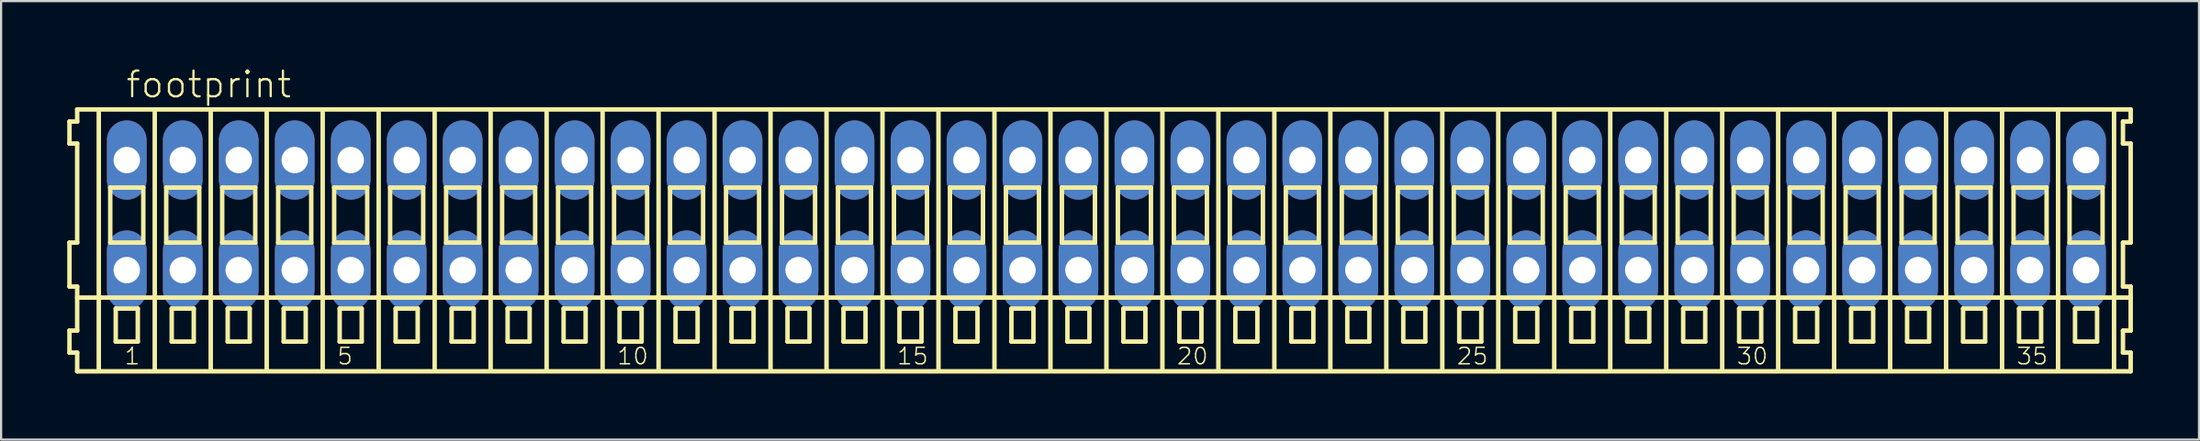
<source format=kicad_pcb>
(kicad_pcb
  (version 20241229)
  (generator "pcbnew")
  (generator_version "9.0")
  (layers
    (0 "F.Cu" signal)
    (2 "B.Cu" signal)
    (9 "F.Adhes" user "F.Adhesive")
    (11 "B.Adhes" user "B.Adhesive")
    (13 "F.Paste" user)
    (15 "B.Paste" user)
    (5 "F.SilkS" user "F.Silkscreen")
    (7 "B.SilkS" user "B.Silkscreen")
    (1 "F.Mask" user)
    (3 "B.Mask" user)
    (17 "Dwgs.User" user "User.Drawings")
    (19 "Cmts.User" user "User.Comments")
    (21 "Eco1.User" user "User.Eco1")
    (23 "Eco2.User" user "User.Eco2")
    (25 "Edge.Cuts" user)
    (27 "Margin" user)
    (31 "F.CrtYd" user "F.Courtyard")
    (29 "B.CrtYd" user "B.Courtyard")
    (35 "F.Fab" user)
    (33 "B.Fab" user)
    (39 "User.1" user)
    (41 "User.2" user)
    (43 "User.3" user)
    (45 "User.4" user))
  (footprint "footprint"
    (layer "F.Cu")
    (at 47.152 6.723)
    (property "Reference" "footprint" (at -44.55 -5.25 0) (layer "F.SilkS") (effects (font (size 1.168 1.168) (thickness 0.102)) (justify left bottom)))
    (fp_line (start -47.05 -4.25) (end -47.05 -3.25) (stroke (width 0.203) (type solid)) (layer "F.SilkS"))
    (fp_line (start -47.05 -3.25) (end -46.7 -3.25) (stroke (width 0.203) (type solid)) (layer "F.SilkS"))
    (fp_line (start -47.05 1.25) (end -47.05 3.25) (stroke (width 0.203) (type solid)) (layer "F.SilkS"))
    (fp_line (start -47.05 3.25) (end -46.7 3.25) (stroke (width 0.203) (type solid)) (layer "F.SilkS"))
    (fp_line (start -47.05 5.25) (end -47.05 6.25) (stroke (width 0.203) (type solid)) (layer "F.SilkS"))
    (fp_line (start -47.05 6.25) (end -46.7 6.25) (stroke (width 0.203) (type solid)) (layer "F.SilkS"))
    (fp_line (start -46.7 -4.8) (end -46.7 -4.25) (stroke (width 0.203) (type solid)) (layer "F.SilkS"))
    (fp_line (start -46.7 -4.25) (end -47.05 -4.25) (stroke (width 0.203) (type solid)) (layer "F.SilkS"))
    (fp_line (start -46.7 -3.25) (end -46.7 1.25) (stroke (width 0.203) (type solid)) (layer "F.SilkS"))
    (fp_line (start -46.7 1.25) (end -47.05 1.25) (stroke (width 0.203) (type solid)) (layer "F.SilkS"))
    (fp_line (start -46.7 3.25) (end -46.7 5.25) (stroke (width 0.203) (type solid)) (layer "F.SilkS"))
    (fp_line (start -46.7 3.75) (end 46.475 3.75) (stroke (width 0.203) (type solid)) (layer "F.SilkS"))
    (fp_line (start -46.7 5.25) (end -47.05 5.25) (stroke (width 0.203) (type solid)) (layer "F.SilkS"))
    (fp_line (start -46.7 6.25) (end -46.7 7.1) (stroke (width 0.203) (type solid)) (layer "F.SilkS"))
    (fp_line (start -46.7 7.1) (end 46.475 7.1) (stroke (width 0.203) (type solid)) (layer "F.SilkS"))
    (fp_line (start -45.72 6.985) (end -45.72 -4.699) (stroke (width 0.203) (type solid)) (layer "F.SilkS"))
    (fp_line (start -45.2 -1.25) (end -45.2 1.25) (stroke (width 0.203) (type solid)) (layer "F.SilkS"))
    (fp_line (start -45.2 1.25) (end -43.7 1.25) (stroke (width 0.203) (type solid)) (layer "F.SilkS"))
    (fp_line (start -44.95 4.25) (end -44.95 5.75) (stroke (width 0.203) (type solid)) (layer "F.SilkS"))
    (fp_line (start -44.95 5.75) (end -43.95 5.75) (stroke (width 0.203) (type solid)) (layer "F.SilkS"))
    (fp_line (start -43.95 4.25) (end -44.95 4.25) (stroke (width 0.203) (type solid)) (layer "F.SilkS"))
    (fp_line (start -43.95 5.75) (end -43.95 4.25) (stroke (width 0.203) (type solid)) (layer "F.SilkS"))
    (fp_line (start -43.7 -1.25) (end -45.2 -1.25) (stroke (width 0.203) (type solid)) (layer "F.SilkS"))
    (fp_line (start -43.7 1.25) (end -43.7 -1.25) (stroke (width 0.203) (type solid)) (layer "F.SilkS"))
    (fp_line (start -43.18 6.985) (end -43.18 -4.699) (stroke (width 0.203) (type solid)) (layer "F.SilkS"))
    (fp_line (start -42.66 -1.25) (end -42.66 1.25) (stroke (width 0.203) (type solid)) (layer "F.SilkS"))
    (fp_line (start -42.66 1.25) (end -41.16 1.25) (stroke (width 0.203) (type solid)) (layer "F.SilkS"))
    (fp_line (start -42.41 4.25) (end -42.41 5.75) (stroke (width 0.203) (type solid)) (layer "F.SilkS"))
    (fp_line (start -42.41 5.75) (end -41.41 5.75) (stroke (width 0.203) (type solid)) (layer "F.SilkS"))
    (fp_line (start -41.41 4.25) (end -42.41 4.25) (stroke (width 0.203) (type solid)) (layer "F.SilkS"))
    (fp_line (start -41.41 5.75) (end -41.41 4.25) (stroke (width 0.203) (type solid)) (layer "F.SilkS"))
    (fp_line (start -41.16 -1.25) (end -42.66 -1.25) (stroke (width 0.203) (type solid)) (layer "F.SilkS"))
    (fp_line (start -41.16 1.25) (end -41.16 -1.25) (stroke (width 0.203) (type solid)) (layer "F.SilkS"))
    (fp_line (start -40.64 6.985) (end -40.64 -4.699) (stroke (width 0.203) (type solid)) (layer "F.SilkS"))
    (fp_line (start -40.12 -1.25) (end -40.12 1.25) (stroke (width 0.203) (type solid)) (layer "F.SilkS"))
    (fp_line (start -40.12 1.25) (end -38.62 1.25) (stroke (width 0.203) (type solid)) (layer "F.SilkS"))
    (fp_line (start -39.87 4.25) (end -39.87 5.75) (stroke (width 0.203) (type solid)) (layer "F.SilkS"))
    (fp_line (start -39.87 5.75) (end -38.87 5.75) (stroke (width 0.203) (type solid)) (layer "F.SilkS"))
    (fp_line (start -38.87 4.25) (end -39.87 4.25) (stroke (width 0.203) (type solid)) (layer "F.SilkS"))
    (fp_line (start -38.87 5.75) (end -38.87 4.25) (stroke (width 0.203) (type solid)) (layer "F.SilkS"))
    (fp_line (start -38.62 -1.25) (end -40.12 -1.25) (stroke (width 0.203) (type solid)) (layer "F.SilkS"))
    (fp_line (start -38.62 1.25) (end -38.62 -1.25) (stroke (width 0.203) (type solid)) (layer "F.SilkS"))
    (fp_line (start -38.1 6.985) (end -38.1 -4.699) (stroke (width 0.203) (type solid)) (layer "F.SilkS"))
    (fp_line (start -37.58 -1.25) (end -37.58 1.25) (stroke (width 0.203) (type solid)) (layer "F.SilkS"))
    (fp_line (start -37.58 1.25) (end -36.08 1.25) (stroke (width 0.203) (type solid)) (layer "F.SilkS"))
    (fp_line (start -37.33 4.25) (end -37.33 5.75) (stroke (width 0.203) (type solid)) (layer "F.SilkS"))
    (fp_line (start -37.33 5.75) (end -36.33 5.75) (stroke (width 0.203) (type solid)) (layer "F.SilkS"))
    (fp_line (start -36.33 4.25) (end -37.33 4.25) (stroke (width 0.203) (type solid)) (layer "F.SilkS"))
    (fp_line (start -36.33 5.75) (end -36.33 4.25) (stroke (width 0.203) (type solid)) (layer "F.SilkS"))
    (fp_line (start -36.08 -1.25) (end -37.58 -1.25) (stroke (width 0.203) (type solid)) (layer "F.SilkS"))
    (fp_line (start -36.08 1.25) (end -36.08 -1.25) (stroke (width 0.203) (type solid)) (layer "F.SilkS"))
    (fp_line (start -35.56 6.985) (end -35.56 -4.699) (stroke (width 0.203) (type solid)) (layer "F.SilkS"))
    (fp_line (start -35.04 -1.25) (end -35.04 1.25) (stroke (width 0.203) (type solid)) (layer "F.SilkS"))
    (fp_line (start -35.04 1.25) (end -33.54 1.25) (stroke (width 0.203) (type solid)) (layer "F.SilkS"))
    (fp_line (start -34.79 4.25) (end -34.79 5.75) (stroke (width 0.203) (type solid)) (layer "F.SilkS"))
    (fp_line (start -34.79 5.75) (end -33.79 5.75) (stroke (width 0.203) (type solid)) (layer "F.SilkS"))
    (fp_line (start -33.79 4.25) (end -34.79 4.25) (stroke (width 0.203) (type solid)) (layer "F.SilkS"))
    (fp_line (start -33.79 5.75) (end -33.79 4.25) (stroke (width 0.203) (type solid)) (layer "F.SilkS"))
    (fp_line (start -33.54 -1.25) (end -35.04 -1.25) (stroke (width 0.203) (type solid)) (layer "F.SilkS"))
    (fp_line (start -33.54 1.25) (end -33.54 -1.25) (stroke (width 0.203) (type solid)) (layer "F.SilkS"))
    (fp_line (start -33.02 6.985) (end -33.02 -4.699) (stroke (width 0.203) (type solid)) (layer "F.SilkS"))
    (fp_line (start -32.5 -1.25) (end -32.5 1.25) (stroke (width 0.203) (type solid)) (layer "F.SilkS"))
    (fp_line (start -32.5 1.25) (end -31 1.25) (stroke (width 0.203) (type solid)) (layer "F.SilkS"))
    (fp_line (start -32.25 4.25) (end -32.25 5.75) (stroke (width 0.203) (type solid)) (layer "F.SilkS"))
    (fp_line (start -32.25 5.75) (end -31.25 5.75) (stroke (width 0.203) (type solid)) (layer "F.SilkS"))
    (fp_line (start -31.25 4.25) (end -32.25 4.25) (stroke (width 0.203) (type solid)) (layer "F.SilkS"))
    (fp_line (start -31.25 5.75) (end -31.25 4.25) (stroke (width 0.203) (type solid)) (layer "F.SilkS"))
    (fp_line (start -31 -1.25) (end -32.5 -1.25) (stroke (width 0.203) (type solid)) (layer "F.SilkS"))
    (fp_line (start -31 1.25) (end -31 -1.25) (stroke (width 0.203) (type solid)) (layer "F.SilkS"))
    (fp_line (start -30.48 6.985) (end -30.48 -4.699) (stroke (width 0.203) (type solid)) (layer "F.SilkS"))
    (fp_line (start -29.96 -1.25) (end -29.96 1.25) (stroke (width 0.203) (type solid)) (layer "F.SilkS"))
    (fp_line (start -29.96 1.25) (end -28.46 1.25) (stroke (width 0.203) (type solid)) (layer "F.SilkS"))
    (fp_line (start -29.71 4.25) (end -29.71 5.75) (stroke (width 0.203) (type solid)) (layer "F.SilkS"))
    (fp_line (start -29.71 5.75) (end -28.71 5.75) (stroke (width 0.203) (type solid)) (layer "F.SilkS"))
    (fp_line (start -28.71 4.25) (end -29.71 4.25) (stroke (width 0.203) (type solid)) (layer "F.SilkS"))
    (fp_line (start -28.71 5.75) (end -28.71 4.25) (stroke (width 0.203) (type solid)) (layer "F.SilkS"))
    (fp_line (start -28.46 -1.25) (end -29.96 -1.25) (stroke (width 0.203) (type solid)) (layer "F.SilkS"))
    (fp_line (start -28.46 1.25) (end -28.46 -1.25) (stroke (width 0.203) (type solid)) (layer "F.SilkS"))
    (fp_line (start -27.94 6.985) (end -27.94 -4.699) (stroke (width 0.203) (type solid)) (layer "F.SilkS"))
    (fp_line (start -27.42 -1.25) (end -27.42 1.25) (stroke (width 0.203) (type solid)) (layer "F.SilkS"))
    (fp_line (start -27.42 1.25) (end -25.92 1.25) (stroke (width 0.203) (type solid)) (layer "F.SilkS"))
    (fp_line (start -27.17 4.25) (end -27.17 5.75) (stroke (width 0.203) (type solid)) (layer "F.SilkS"))
    (fp_line (start -27.17 5.75) (end -26.17 5.75) (stroke (width 0.203) (type solid)) (layer "F.SilkS"))
    (fp_line (start -26.17 4.25) (end -27.17 4.25) (stroke (width 0.203) (type solid)) (layer "F.SilkS"))
    (fp_line (start -26.17 5.75) (end -26.17 4.25) (stroke (width 0.203) (type solid)) (layer "F.SilkS"))
    (fp_line (start -25.92 -1.25) (end -27.42 -1.25) (stroke (width 0.203) (type solid)) (layer "F.SilkS"))
    (fp_line (start -25.92 1.25) (end -25.92 -1.25) (stroke (width 0.203) (type solid)) (layer "F.SilkS"))
    (fp_line (start -25.4 6.985) (end -25.4 -4.699) (stroke (width 0.203) (type solid)) (layer "F.SilkS"))
    (fp_line (start -24.88 -1.25) (end -24.88 1.25) (stroke (width 0.203) (type solid)) (layer "F.SilkS"))
    (fp_line (start -24.88 1.25) (end -23.38 1.25) (stroke (width 0.203) (type solid)) (layer "F.SilkS"))
    (fp_line (start -24.63 4.25) (end -24.63 5.75) (stroke (width 0.203) (type solid)) (layer "F.SilkS"))
    (fp_line (start -24.63 5.75) (end -23.63 5.75) (stroke (width 0.203) (type solid)) (layer "F.SilkS"))
    (fp_line (start -23.63 4.25) (end -24.63 4.25) (stroke (width 0.203) (type solid)) (layer "F.SilkS"))
    (fp_line (start -23.63 5.75) (end -23.63 4.25) (stroke (width 0.203) (type solid)) (layer "F.SilkS"))
    (fp_line (start -23.38 -1.25) (end -24.88 -1.25) (stroke (width 0.203) (type solid)) (layer "F.SilkS"))
    (fp_line (start -23.38 1.25) (end -23.38 -1.25) (stroke (width 0.203) (type solid)) (layer "F.SilkS"))
    (fp_line (start -22.86 6.985) (end -22.86 -4.699) (stroke (width 0.203) (type solid)) (layer "F.SilkS"))
    (fp_line (start -22.34 -1.25) (end -22.34 1.25) (stroke (width 0.203) (type solid)) (layer "F.SilkS"))
    (fp_line (start -22.34 1.25) (end -20.84 1.25) (stroke (width 0.203) (type solid)) (layer "F.SilkS"))
    (fp_line (start -22.09 4.25) (end -22.09 5.75) (stroke (width 0.203) (type solid)) (layer "F.SilkS"))
    (fp_line (start -22.09 5.75) (end -21.09 5.75) (stroke (width 0.203) (type solid)) (layer "F.SilkS"))
    (fp_line (start -21.09 4.25) (end -22.09 4.25) (stroke (width 0.203) (type solid)) (layer "F.SilkS"))
    (fp_line (start -21.09 5.75) (end -21.09 4.25) (stroke (width 0.203) (type solid)) (layer "F.SilkS"))
    (fp_line (start -20.84 -1.25) (end -22.34 -1.25) (stroke (width 0.203) (type solid)) (layer "F.SilkS"))
    (fp_line (start -20.84 1.25) (end -20.84 -1.25) (stroke (width 0.203) (type solid)) (layer "F.SilkS"))
    (fp_line (start -20.32 6.985) (end -20.32 -4.699) (stroke (width 0.203) (type solid)) (layer "F.SilkS"))
    (fp_line (start -19.8 -1.25) (end -19.8 1.25) (stroke (width 0.203) (type solid)) (layer "F.SilkS"))
    (fp_line (start -19.8 1.25) (end -18.3 1.25) (stroke (width 0.203) (type solid)) (layer "F.SilkS"))
    (fp_line (start -19.55 4.25) (end -19.55 5.75) (stroke (width 0.203) (type solid)) (layer "F.SilkS"))
    (fp_line (start -19.55 5.75) (end -18.55 5.75) (stroke (width 0.203) (type solid)) (layer "F.SilkS"))
    (fp_line (start -18.55 4.25) (end -19.55 4.25) (stroke (width 0.203) (type solid)) (layer "F.SilkS"))
    (fp_line (start -18.55 5.75) (end -18.55 4.25) (stroke (width 0.203) (type solid)) (layer "F.SilkS"))
    (fp_line (start -18.3 -1.25) (end -19.8 -1.25) (stroke (width 0.203) (type solid)) (layer "F.SilkS"))
    (fp_line (start -18.3 1.25) (end -18.3 -1.25) (stroke (width 0.203) (type solid)) (layer "F.SilkS"))
    (fp_line (start -17.78 6.985) (end -17.78 -4.699) (stroke (width 0.203) (type solid)) (layer "F.SilkS"))
    (fp_line (start -17.26 -1.25) (end -17.26 1.25) (stroke (width 0.203) (type solid)) (layer "F.SilkS"))
    (fp_line (start -17.26 1.25) (end -15.76 1.25) (stroke (width 0.203) (type solid)) (layer "F.SilkS"))
    (fp_line (start -17.01 4.25) (end -17.01 5.75) (stroke (width 0.203) (type solid)) (layer "F.SilkS"))
    (fp_line (start -17.01 5.75) (end -16.01 5.75) (stroke (width 0.203) (type solid)) (layer "F.SilkS"))
    (fp_line (start -16.01 4.25) (end -17.01 4.25) (stroke (width 0.203) (type solid)) (layer "F.SilkS"))
    (fp_line (start -16.01 5.75) (end -16.01 4.25) (stroke (width 0.203) (type solid)) (layer "F.SilkS"))
    (fp_line (start -15.76 -1.25) (end -17.26 -1.25) (stroke (width 0.203) (type solid)) (layer "F.SilkS"))
    (fp_line (start -15.76 1.25) (end -15.76 -1.25) (stroke (width 0.203) (type solid)) (layer "F.SilkS"))
    (fp_line (start -15.24 6.985) (end -15.24 -4.699) (stroke (width 0.203) (type solid)) (layer "F.SilkS"))
    (fp_line (start -14.72 -1.25) (end -14.72 1.25) (stroke (width 0.203) (type solid)) (layer "F.SilkS"))
    (fp_line (start -14.72 1.25) (end -13.22 1.25) (stroke (width 0.203) (type solid)) (layer "F.SilkS"))
    (fp_line (start -14.47 4.25) (end -14.47 5.75) (stroke (width 0.203) (type solid)) (layer "F.SilkS"))
    (fp_line (start -14.47 5.75) (end -13.47 5.75) (stroke (width 0.203) (type solid)) (layer "F.SilkS"))
    (fp_line (start -13.47 4.25) (end -14.47 4.25) (stroke (width 0.203) (type solid)) (layer "F.SilkS"))
    (fp_line (start -13.47 5.75) (end -13.47 4.25) (stroke (width 0.203) (type solid)) (layer "F.SilkS"))
    (fp_line (start -13.22 -1.25) (end -14.72 -1.25) (stroke (width 0.203) (type solid)) (layer "F.SilkS"))
    (fp_line (start -13.22 1.25) (end -13.22 -1.25) (stroke (width 0.203) (type solid)) (layer "F.SilkS"))
    (fp_line (start -12.7 6.985) (end -12.7 -4.699) (stroke (width 0.203) (type solid)) (layer "F.SilkS"))
    (fp_line (start -12.18 -1.25) (end -12.18 1.25) (stroke (width 0.203) (type solid)) (layer "F.SilkS"))
    (fp_line (start -12.18 1.25) (end -10.68 1.25) (stroke (width 0.203) (type solid)) (layer "F.SilkS"))
    (fp_line (start -11.93 4.25) (end -11.93 5.75) (stroke (width 0.203) (type solid)) (layer "F.SilkS"))
    (fp_line (start -11.93 5.75) (end -10.93 5.75) (stroke (width 0.203) (type solid)) (layer "F.SilkS"))
    (fp_line (start -10.93 4.25) (end -11.93 4.25) (stroke (width 0.203) (type solid)) (layer "F.SilkS"))
    (fp_line (start -10.93 5.75) (end -10.93 4.25) (stroke (width 0.203) (type solid)) (layer "F.SilkS"))
    (fp_line (start -10.68 -1.25) (end -12.18 -1.25) (stroke (width 0.203) (type solid)) (layer "F.SilkS"))
    (fp_line (start -10.68 1.25) (end -10.68 -1.25) (stroke (width 0.203) (type solid)) (layer "F.SilkS"))
    (fp_line (start -10.16 6.985) (end -10.16 -4.699) (stroke (width 0.203) (type solid)) (layer "F.SilkS"))
    (fp_line (start -9.64 -1.25) (end -9.64 1.25) (stroke (width 0.203) (type solid)) (layer "F.SilkS"))
    (fp_line (start -9.64 1.25) (end -8.14 1.25) (stroke (width 0.203) (type solid)) (layer "F.SilkS"))
    (fp_line (start -9.39 4.25) (end -9.39 5.75) (stroke (width 0.203) (type solid)) (layer "F.SilkS"))
    (fp_line (start -9.39 5.75) (end -8.39 5.75) (stroke (width 0.203) (type solid)) (layer "F.SilkS"))
    (fp_line (start -8.39 4.25) (end -9.39 4.25) (stroke (width 0.203) (type solid)) (layer "F.SilkS"))
    (fp_line (start -8.39 5.75) (end -8.39 4.25) (stroke (width 0.203) (type solid)) (layer "F.SilkS"))
    (fp_line (start -8.14 -1.25) (end -9.64 -1.25) (stroke (width 0.203) (type solid)) (layer "F.SilkS"))
    (fp_line (start -8.14 1.25) (end -8.14 -1.25) (stroke (width 0.203) (type solid)) (layer "F.SilkS"))
    (fp_line (start -7.62 6.985) (end -7.62 -4.699) (stroke (width 0.203) (type solid)) (layer "F.SilkS"))
    (fp_line (start -7.1 -1.25) (end -7.1 1.25) (stroke (width 0.203) (type solid)) (layer "F.SilkS"))
    (fp_line (start -7.1 1.25) (end -5.6 1.25) (stroke (width 0.203) (type solid)) (layer "F.SilkS"))
    (fp_line (start -6.85 4.25) (end -6.85 5.75) (stroke (width 0.203) (type solid)) (layer "F.SilkS"))
    (fp_line (start -6.85 5.75) (end -5.85 5.75) (stroke (width 0.203) (type solid)) (layer "F.SilkS"))
    (fp_line (start -5.85 4.25) (end -6.85 4.25) (stroke (width 0.203) (type solid)) (layer "F.SilkS"))
    (fp_line (start -5.85 5.75) (end -5.85 4.25) (stroke (width 0.203) (type solid)) (layer "F.SilkS"))
    (fp_line (start -5.6 -1.25) (end -7.1 -1.25) (stroke (width 0.203) (type solid)) (layer "F.SilkS"))
    (fp_line (start -5.6 1.25) (end -5.6 -1.25) (stroke (width 0.203) (type solid)) (layer "F.SilkS"))
    (fp_line (start -5.08 6.985) (end -5.08 -4.699) (stroke (width 0.203) (type solid)) (layer "F.SilkS"))
    (fp_line (start -4.56 -1.25) (end -4.56 1.25) (stroke (width 0.203) (type solid)) (layer "F.SilkS"))
    (fp_line (start -4.56 1.25) (end -3.06 1.25) (stroke (width 0.203) (type solid)) (layer "F.SilkS"))
    (fp_line (start -4.31 4.25) (end -4.31 5.75) (stroke (width 0.203) (type solid)) (layer "F.SilkS"))
    (fp_line (start -4.31 5.75) (end -3.31 5.75) (stroke (width 0.203) (type solid)) (layer "F.SilkS"))
    (fp_line (start -3.31 4.25) (end -4.31 4.25) (stroke (width 0.203) (type solid)) (layer "F.SilkS"))
    (fp_line (start -3.31 5.75) (end -3.31 4.25) (stroke (width 0.203) (type solid)) (layer "F.SilkS"))
    (fp_line (start -3.06 -1.25) (end -4.56 -1.25) (stroke (width 0.203) (type solid)) (layer "F.SilkS"))
    (fp_line (start -3.06 1.25) (end -3.06 -1.25) (stroke (width 0.203) (type solid)) (layer "F.SilkS"))
    (fp_line (start -2.54 6.985) (end -2.54 -4.699) (stroke (width 0.203) (type solid)) (layer "F.SilkS"))
    (fp_line (start -2.02 -1.25) (end -2.02 1.25) (stroke (width 0.203) (type solid)) (layer "F.SilkS"))
    (fp_line (start -2.02 1.25) (end -0.52 1.25) (stroke (width 0.203) (type solid)) (layer "F.SilkS"))
    (fp_line (start -1.77 4.25) (end -1.77 5.75) (stroke (width 0.203) (type solid)) (layer "F.SilkS"))
    (fp_line (start -1.77 5.75) (end -0.77 5.75) (stroke (width 0.203) (type solid)) (layer "F.SilkS"))
    (fp_line (start -0.77 4.25) (end -1.77 4.25) (stroke (width 0.203) (type solid)) (layer "F.SilkS"))
    (fp_line (start -0.77 5.75) (end -0.77 4.25) (stroke (width 0.203) (type solid)) (layer "F.SilkS"))
    (fp_line (start -0.52 -1.25) (end -2.02 -1.25) (stroke (width 0.203) (type solid)) (layer "F.SilkS"))
    (fp_line (start -0.52 1.25) (end -0.52 -1.25) (stroke (width 0.203) (type solid)) (layer "F.SilkS"))
    (fp_line (start 0 6.985) (end 0 -4.699) (stroke (width 0.203) (type solid)) (layer "F.SilkS"))
    (fp_line (start 0.52 -1.25) (end 0.52 1.25) (stroke (width 0.203) (type solid)) (layer "F.SilkS"))
    (fp_line (start 0.52 1.25) (end 2.02 1.25) (stroke (width 0.203) (type solid)) (layer "F.SilkS"))
    (fp_line (start 0.77 4.25) (end 0.77 5.75) (stroke (width 0.203) (type solid)) (layer "F.SilkS"))
    (fp_line (start 0.77 5.75) (end 1.77 5.75) (stroke (width 0.203) (type solid)) (layer "F.SilkS"))
    (fp_line (start 1.77 4.25) (end 0.77 4.25) (stroke (width 0.203) (type solid)) (layer "F.SilkS"))
    (fp_line (start 1.77 5.75) (end 1.77 4.25) (stroke (width 0.203) (type solid)) (layer "F.SilkS"))
    (fp_line (start 2.02 -1.25) (end 0.52 -1.25) (stroke (width 0.203) (type solid)) (layer "F.SilkS"))
    (fp_line (start 2.02 1.25) (end 2.02 -1.25) (stroke (width 0.203) (type solid)) (layer "F.SilkS"))
    (fp_line (start 2.54 6.985) (end 2.54 -4.699) (stroke (width 0.203) (type solid)) (layer "F.SilkS"))
    (fp_line (start 3.06 -1.25) (end 3.06 1.25) (stroke (width 0.203) (type solid)) (layer "F.SilkS"))
    (fp_line (start 3.06 1.25) (end 4.56 1.25) (stroke (width 0.203) (type solid)) (layer "F.SilkS"))
    (fp_line (start 3.31 4.25) (end 3.31 5.75) (stroke (width 0.203) (type solid)) (layer "F.SilkS"))
    (fp_line (start 3.31 5.75) (end 4.31 5.75) (stroke (width 0.203) (type solid)) (layer "F.SilkS"))
    (fp_line (start 4.31 4.25) (end 3.31 4.25) (stroke (width 0.203) (type solid)) (layer "F.SilkS"))
    (fp_line (start 4.31 5.75) (end 4.31 4.25) (stroke (width 0.203) (type solid)) (layer "F.SilkS"))
    (fp_line (start 4.56 -1.25) (end 3.06 -1.25) (stroke (width 0.203) (type solid)) (layer "F.SilkS"))
    (fp_line (start 4.56 1.25) (end 4.56 -1.25) (stroke (width 0.203) (type solid)) (layer "F.SilkS"))
    (fp_line (start 5.08 6.985) (end 5.08 -4.699) (stroke (width 0.203) (type solid)) (layer "F.SilkS"))
    (fp_line (start 5.6 -1.25) (end 5.6 1.25) (stroke (width 0.203) (type solid)) (layer "F.SilkS"))
    (fp_line (start 5.6 1.25) (end 7.1 1.25) (stroke (width 0.203) (type solid)) (layer "F.SilkS"))
    (fp_line (start 5.85 4.25) (end 5.85 5.75) (stroke (width 0.203) (type solid)) (layer "F.SilkS"))
    (fp_line (start 5.85 5.75) (end 6.85 5.75) (stroke (width 0.203) (type solid)) (layer "F.SilkS"))
    (fp_line (start 6.85 4.25) (end 5.85 4.25) (stroke (width 0.203) (type solid)) (layer "F.SilkS"))
    (fp_line (start 6.85 5.75) (end 6.85 4.25) (stroke (width 0.203) (type solid)) (layer "F.SilkS"))
    (fp_line (start 7.1 -1.25) (end 5.6 -1.25) (stroke (width 0.203) (type solid)) (layer "F.SilkS"))
    (fp_line (start 7.1 1.25) (end 7.1 -1.25) (stroke (width 0.203) (type solid)) (layer "F.SilkS"))
    (fp_line (start 7.62 6.985) (end 7.62 -4.699) (stroke (width 0.203) (type solid)) (layer "F.SilkS"))
    (fp_line (start 8.14 -1.25) (end 8.14 1.25) (stroke (width 0.203) (type solid)) (layer "F.SilkS"))
    (fp_line (start 8.14 1.25) (end 9.64 1.25) (stroke (width 0.203) (type solid)) (layer "F.SilkS"))
    (fp_line (start 8.39 4.25) (end 8.39 5.75) (stroke (width 0.203) (type solid)) (layer "F.SilkS"))
    (fp_line (start 8.39 5.75) (end 9.39 5.75) (stroke (width 0.203) (type solid)) (layer "F.SilkS"))
    (fp_line (start 9.39 4.25) (end 8.39 4.25) (stroke (width 0.203) (type solid)) (layer "F.SilkS"))
    (fp_line (start 9.39 5.75) (end 9.39 4.25) (stroke (width 0.203) (type solid)) (layer "F.SilkS"))
    (fp_line (start 9.64 -1.25) (end 8.14 -1.25) (stroke (width 0.203) (type solid)) (layer "F.SilkS"))
    (fp_line (start 9.64 1.25) (end 9.64 -1.25) (stroke (width 0.203) (type solid)) (layer "F.SilkS"))
    (fp_line (start 10.16 6.985) (end 10.16 -4.699) (stroke (width 0.203) (type solid)) (layer "F.SilkS"))
    (fp_line (start 10.68 -1.25) (end 10.68 1.25) (stroke (width 0.203) (type solid)) (layer "F.SilkS"))
    (fp_line (start 10.68 1.25) (end 12.18 1.25) (stroke (width 0.203) (type solid)) (layer "F.SilkS"))
    (fp_line (start 10.93 4.25) (end 10.93 5.75) (stroke (width 0.203) (type solid)) (layer "F.SilkS"))
    (fp_line (start 10.93 5.75) (end 11.93 5.75) (stroke (width 0.203) (type solid)) (layer "F.SilkS"))
    (fp_line (start 11.93 4.25) (end 10.93 4.25) (stroke (width 0.203) (type solid)) (layer "F.SilkS"))
    (fp_line (start 11.93 5.75) (end 11.93 4.25) (stroke (width 0.203) (type solid)) (layer "F.SilkS"))
    (fp_line (start 12.18 -1.25) (end 10.68 -1.25) (stroke (width 0.203) (type solid)) (layer "F.SilkS"))
    (fp_line (start 12.18 1.25) (end 12.18 -1.25) (stroke (width 0.203) (type solid)) (layer "F.SilkS"))
    (fp_line (start 12.7 6.985) (end 12.7 -4.699) (stroke (width 0.203) (type solid)) (layer "F.SilkS"))
    (fp_line (start 13.22 -1.25) (end 13.22 1.25) (stroke (width 0.203) (type solid)) (layer "F.SilkS"))
    (fp_line (start 13.22 1.25) (end 14.72 1.25) (stroke (width 0.203) (type solid)) (layer "F.SilkS"))
    (fp_line (start 13.47 4.25) (end 13.47 5.75) (stroke (width 0.203) (type solid)) (layer "F.SilkS"))
    (fp_line (start 13.47 5.75) (end 14.47 5.75) (stroke (width 0.203) (type solid)) (layer "F.SilkS"))
    (fp_line (start 14.47 4.25) (end 13.47 4.25) (stroke (width 0.203) (type solid)) (layer "F.SilkS"))
    (fp_line (start 14.47 5.75) (end 14.47 4.25) (stroke (width 0.203) (type solid)) (layer "F.SilkS"))
    (fp_line (start 14.72 -1.25) (end 13.22 -1.25) (stroke (width 0.203) (type solid)) (layer "F.SilkS"))
    (fp_line (start 14.72 1.25) (end 14.72 -1.25) (stroke (width 0.203) (type solid)) (layer "F.SilkS"))
    (fp_line (start 15.24 6.985) (end 15.24 -4.699) (stroke (width 0.203) (type solid)) (layer "F.SilkS"))
    (fp_line (start 15.76 -1.25) (end 15.76 1.25) (stroke (width 0.203) (type solid)) (layer "F.SilkS"))
    (fp_line (start 15.76 1.25) (end 17.26 1.25) (stroke (width 0.203) (type solid)) (layer "F.SilkS"))
    (fp_line (start 16.01 4.25) (end 16.01 5.75) (stroke (width 0.203) (type solid)) (layer "F.SilkS"))
    (fp_line (start 16.01 5.75) (end 17.01 5.75) (stroke (width 0.203) (type solid)) (layer "F.SilkS"))
    (fp_line (start 17.01 4.25) (end 16.01 4.25) (stroke (width 0.203) (type solid)) (layer "F.SilkS"))
    (fp_line (start 17.01 5.75) (end 17.01 4.25) (stroke (width 0.203) (type solid)) (layer "F.SilkS"))
    (fp_line (start 17.26 -1.25) (end 15.76 -1.25) (stroke (width 0.203) (type solid)) (layer "F.SilkS"))
    (fp_line (start 17.26 1.25) (end 17.26 -1.25) (stroke (width 0.203) (type solid)) (layer "F.SilkS"))
    (fp_line (start 17.78 6.985) (end 17.78 -4.699) (stroke (width 0.203) (type solid)) (layer "F.SilkS"))
    (fp_line (start 18.3 -1.25) (end 18.3 1.25) (stroke (width 0.203) (type solid)) (layer "F.SilkS"))
    (fp_line (start 18.3 1.25) (end 19.8 1.25) (stroke (width 0.203) (type solid)) (layer "F.SilkS"))
    (fp_line (start 18.55 4.25) (end 18.55 5.75) (stroke (width 0.203) (type solid)) (layer "F.SilkS"))
    (fp_line (start 18.55 5.75) (end 19.55 5.75) (stroke (width 0.203) (type solid)) (layer "F.SilkS"))
    (fp_line (start 19.55 4.25) (end 18.55 4.25) (stroke (width 0.203) (type solid)) (layer "F.SilkS"))
    (fp_line (start 19.55 5.75) (end 19.55 4.25) (stroke (width 0.203) (type solid)) (layer "F.SilkS"))
    (fp_line (start 19.8 -1.25) (end 18.3 -1.25) (stroke (width 0.203) (type solid)) (layer "F.SilkS"))
    (fp_line (start 19.8 1.25) (end 19.8 -1.25) (stroke (width 0.203) (type solid)) (layer "F.SilkS"))
    (fp_line (start 20.32 6.985) (end 20.32 -4.699) (stroke (width 0.203) (type solid)) (layer "F.SilkS"))
    (fp_line (start 20.84 -1.25) (end 20.84 1.25) (stroke (width 0.203) (type solid)) (layer "F.SilkS"))
    (fp_line (start 20.84 1.25) (end 22.34 1.25) (stroke (width 0.203) (type solid)) (layer "F.SilkS"))
    (fp_line (start 21.09 4.25) (end 21.09 5.75) (stroke (width 0.203) (type solid)) (layer "F.SilkS"))
    (fp_line (start 21.09 5.75) (end 22.09 5.75) (stroke (width 0.203) (type solid)) (layer "F.SilkS"))
    (fp_line (start 22.09 4.25) (end 21.09 4.25) (stroke (width 0.203) (type solid)) (layer "F.SilkS"))
    (fp_line (start 22.09 5.75) (end 22.09 4.25) (stroke (width 0.203) (type solid)) (layer "F.SilkS"))
    (fp_line (start 22.34 -1.25) (end 20.84 -1.25) (stroke (width 0.203) (type solid)) (layer "F.SilkS"))
    (fp_line (start 22.34 1.25) (end 22.34 -1.25) (stroke (width 0.203) (type solid)) (layer "F.SilkS"))
    (fp_line (start 22.86 6.985) (end 22.86 -4.699) (stroke (width 0.203) (type solid)) (layer "F.SilkS"))
    (fp_line (start 23.38 -1.25) (end 23.38 1.25) (stroke (width 0.203) (type solid)) (layer "F.SilkS"))
    (fp_line (start 23.38 1.25) (end 24.88 1.25) (stroke (width 0.203) (type solid)) (layer "F.SilkS"))
    (fp_line (start 23.63 4.25) (end 23.63 5.75) (stroke (width 0.203) (type solid)) (layer "F.SilkS"))
    (fp_line (start 23.63 5.75) (end 24.63 5.75) (stroke (width 0.203) (type solid)) (layer "F.SilkS"))
    (fp_line (start 24.63 4.25) (end 23.63 4.25) (stroke (width 0.203) (type solid)) (layer "F.SilkS"))
    (fp_line (start 24.63 5.75) (end 24.63 4.25) (stroke (width 0.203) (type solid)) (layer "F.SilkS"))
    (fp_line (start 24.88 -1.25) (end 23.38 -1.25) (stroke (width 0.203) (type solid)) (layer "F.SilkS"))
    (fp_line (start 24.88 1.25) (end 24.88 -1.25) (stroke (width 0.203) (type solid)) (layer "F.SilkS"))
    (fp_line (start 25.4 6.985) (end 25.4 -4.699) (stroke (width 0.203) (type solid)) (layer "F.SilkS"))
    (fp_line (start 25.92 -1.25) (end 25.92 1.25) (stroke (width 0.203) (type solid)) (layer "F.SilkS"))
    (fp_line (start 25.92 1.25) (end 27.42 1.25) (stroke (width 0.203) (type solid)) (layer "F.SilkS"))
    (fp_line (start 26.17 4.25) (end 26.17 5.75) (stroke (width 0.203) (type solid)) (layer "F.SilkS"))
    (fp_line (start 26.17 5.75) (end 27.17 5.75) (stroke (width 0.203) (type solid)) (layer "F.SilkS"))
    (fp_line (start 27.17 4.25) (end 26.17 4.25) (stroke (width 0.203) (type solid)) (layer "F.SilkS"))
    (fp_line (start 27.17 5.75) (end 27.17 4.25) (stroke (width 0.203) (type solid)) (layer "F.SilkS"))
    (fp_line (start 27.42 -1.25) (end 25.92 -1.25) (stroke (width 0.203) (type solid)) (layer "F.SilkS"))
    (fp_line (start 27.42 1.25) (end 27.42 -1.25) (stroke (width 0.203) (type solid)) (layer "F.SilkS"))
    (fp_line (start 27.94 6.985) (end 27.94 -4.699) (stroke (width 0.203) (type solid)) (layer "F.SilkS"))
    (fp_line (start 28.46 -1.25) (end 28.46 1.25) (stroke (width 0.203) (type solid)) (layer "F.SilkS"))
    (fp_line (start 28.46 1.25) (end 29.96 1.25) (stroke (width 0.203) (type solid)) (layer "F.SilkS"))
    (fp_line (start 28.71 4.25) (end 28.71 5.75) (stroke (width 0.203) (type solid)) (layer "F.SilkS"))
    (fp_line (start 28.71 5.75) (end 29.71 5.75) (stroke (width 0.203) (type solid)) (layer "F.SilkS"))
    (fp_line (start 29.71 4.25) (end 28.71 4.25) (stroke (width 0.203) (type solid)) (layer "F.SilkS"))
    (fp_line (start 29.71 5.75) (end 29.71 4.25) (stroke (width 0.203) (type solid)) (layer "F.SilkS"))
    (fp_line (start 29.96 -1.25) (end 28.46 -1.25) (stroke (width 0.203) (type solid)) (layer "F.SilkS"))
    (fp_line (start 29.96 1.25) (end 29.96 -1.25) (stroke (width 0.203) (type solid)) (layer "F.SilkS"))
    (fp_line (start 30.48 6.985) (end 30.48 -4.699) (stroke (width 0.203) (type solid)) (layer "F.SilkS"))
    (fp_line (start 31 -1.25) (end 31 1.25) (stroke (width 0.203) (type solid)) (layer "F.SilkS"))
    (fp_line (start 31 1.25) (end 32.5 1.25) (stroke (width 0.203) (type solid)) (layer "F.SilkS"))
    (fp_line (start 31.25 4.25) (end 31.25 5.75) (stroke (width 0.203) (type solid)) (layer "F.SilkS"))
    (fp_line (start 31.25 5.75) (end 32.25 5.75) (stroke (width 0.203) (type solid)) (layer "F.SilkS"))
    (fp_line (start 32.25 4.25) (end 31.25 4.25) (stroke (width 0.203) (type solid)) (layer "F.SilkS"))
    (fp_line (start 32.25 5.75) (end 32.25 4.25) (stroke (width 0.203) (type solid)) (layer "F.SilkS"))
    (fp_line (start 32.5 -1.25) (end 31 -1.25) (stroke (width 0.203) (type solid)) (layer "F.SilkS"))
    (fp_line (start 32.5 1.25) (end 32.5 -1.25) (stroke (width 0.203) (type solid)) (layer "F.SilkS"))
    (fp_line (start 33.02 6.985) (end 33.02 -4.699) (stroke (width 0.203) (type solid)) (layer "F.SilkS"))
    (fp_line (start 33.54 -1.25) (end 33.54 1.25) (stroke (width 0.203) (type solid)) (layer "F.SilkS"))
    (fp_line (start 33.54 1.25) (end 35.04 1.25) (stroke (width 0.203) (type solid)) (layer "F.SilkS"))
    (fp_line (start 33.79 4.25) (end 33.79 5.75) (stroke (width 0.203) (type solid)) (layer "F.SilkS"))
    (fp_line (start 33.79 5.75) (end 34.79 5.75) (stroke (width 0.203) (type solid)) (layer "F.SilkS"))
    (fp_line (start 34.79 4.25) (end 33.79 4.25) (stroke (width 0.203) (type solid)) (layer "F.SilkS"))
    (fp_line (start 34.79 5.75) (end 34.79 4.25) (stroke (width 0.203) (type solid)) (layer "F.SilkS"))
    (fp_line (start 35.04 -1.25) (end 33.54 -1.25) (stroke (width 0.203) (type solid)) (layer "F.SilkS"))
    (fp_line (start 35.04 1.25) (end 35.04 -1.25) (stroke (width 0.203) (type solid)) (layer "F.SilkS"))
    (fp_line (start 35.56 6.985) (end 35.56 -4.699) (stroke (width 0.203) (type solid)) (layer "F.SilkS"))
    (fp_line (start 36.08 -1.25) (end 36.08 1.25) (stroke (width 0.203) (type solid)) (layer "F.SilkS"))
    (fp_line (start 36.08 1.25) (end 37.58 1.25) (stroke (width 0.203) (type solid)) (layer "F.SilkS"))
    (fp_line (start 36.33 4.25) (end 36.33 5.75) (stroke (width 0.203) (type solid)) (layer "F.SilkS"))
    (fp_line (start 36.33 5.75) (end 37.33 5.75) (stroke (width 0.203) (type solid)) (layer "F.SilkS"))
    (fp_line (start 37.33 4.25) (end 36.33 4.25) (stroke (width 0.203) (type solid)) (layer "F.SilkS"))
    (fp_line (start 37.33 5.75) (end 37.33 4.25) (stroke (width 0.203) (type solid)) (layer "F.SilkS"))
    (fp_line (start 37.58 -1.25) (end 36.08 -1.25) (stroke (width 0.203) (type solid)) (layer "F.SilkS"))
    (fp_line (start 37.58 1.25) (end 37.58 -1.25) (stroke (width 0.203) (type solid)) (layer "F.SilkS"))
    (fp_line (start 38.1 6.985) (end 38.1 -4.699) (stroke (width 0.203) (type solid)) (layer "F.SilkS"))
    (fp_line (start 38.62 -1.25) (end 38.62 1.25) (stroke (width 0.203) (type solid)) (layer "F.SilkS"))
    (fp_line (start 38.62 1.25) (end 40.12 1.25) (stroke (width 0.203) (type solid)) (layer "F.SilkS"))
    (fp_line (start 38.87 4.25) (end 38.87 5.75) (stroke (width 0.203) (type solid)) (layer "F.SilkS"))
    (fp_line (start 38.87 5.75) (end 39.87 5.75) (stroke (width 0.203) (type solid)) (layer "F.SilkS"))
    (fp_line (start 39.87 4.25) (end 38.87 4.25) (stroke (width 0.203) (type solid)) (layer "F.SilkS"))
    (fp_line (start 39.87 5.75) (end 39.87 4.25) (stroke (width 0.203) (type solid)) (layer "F.SilkS"))
    (fp_line (start 40.12 -1.25) (end 38.62 -1.25) (stroke (width 0.203) (type solid)) (layer "F.SilkS"))
    (fp_line (start 40.12 1.25) (end 40.12 -1.25) (stroke (width 0.203) (type solid)) (layer "F.SilkS"))
    (fp_line (start 40.64 6.985) (end 40.64 -4.699) (stroke (width 0.203) (type solid)) (layer "F.SilkS"))
    (fp_line (start 41.16 -1.25) (end 41.16 1.25) (stroke (width 0.203) (type solid)) (layer "F.SilkS"))
    (fp_line (start 41.16 1.25) (end 42.66 1.25) (stroke (width 0.203) (type solid)) (layer "F.SilkS"))
    (fp_line (start 41.41 4.25) (end 41.41 5.75) (stroke (width 0.203) (type solid)) (layer "F.SilkS"))
    (fp_line (start 41.41 5.75) (end 42.41 5.75) (stroke (width 0.203) (type solid)) (layer "F.SilkS"))
    (fp_line (start 42.41 4.25) (end 41.41 4.25) (stroke (width 0.203) (type solid)) (layer "F.SilkS"))
    (fp_line (start 42.41 5.75) (end 42.41 4.25) (stroke (width 0.203) (type solid)) (layer "F.SilkS"))
    (fp_line (start 42.66 -1.25) (end 41.16 -1.25) (stroke (width 0.203) (type solid)) (layer "F.SilkS"))
    (fp_line (start 42.66 1.25) (end 42.66 -1.25) (stroke (width 0.203) (type solid)) (layer "F.SilkS"))
    (fp_line (start 43.18 6.985) (end 43.18 -4.699) (stroke (width 0.203) (type solid)) (layer "F.SilkS"))
    (fp_line (start 43.7 -1.25) (end 43.7 1.25) (stroke (width 0.203) (type solid)) (layer "F.SilkS"))
    (fp_line (start 43.7 1.25) (end 45.2 1.25) (stroke (width 0.203) (type solid)) (layer "F.SilkS"))
    (fp_line (start 43.95 4.25) (end 43.95 5.75) (stroke (width 0.203) (type solid)) (layer "F.SilkS"))
    (fp_line (start 43.95 5.75) (end 44.95 5.75) (stroke (width 0.203) (type solid)) (layer "F.SilkS"))
    (fp_line (start 44.95 4.25) (end 43.95 4.25) (stroke (width 0.203) (type solid)) (layer "F.SilkS"))
    (fp_line (start 44.95 5.75) (end 44.95 4.25) (stroke (width 0.203) (type solid)) (layer "F.SilkS"))
    (fp_line (start 45.2 -1.25) (end 43.7 -1.25) (stroke (width 0.203) (type solid)) (layer "F.SilkS"))
    (fp_line (start 45.2 1.25) (end 45.2 -1.25) (stroke (width 0.203) (type solid)) (layer "F.SilkS"))
    (fp_line (start 45.72 6.985) (end 45.72 -4.699) (stroke (width 0.203) (type solid)) (layer "F.SilkS"))
    (fp_line (start 46.125 -4.25) (end 46.125 -3.25) (stroke (width 0.203) (type solid)) (layer "F.SilkS"))
    (fp_line (start 46.125 -3.25) (end 46.475 -3.25) (stroke (width 0.203) (type solid)) (layer "F.SilkS"))
    (fp_line (start 46.125 1.25) (end 46.125 3.25) (stroke (width 0.203) (type solid)) (layer "F.SilkS"))
    (fp_line (start 46.125 3.25) (end 46.475 3.25) (stroke (width 0.203) (type solid)) (layer "F.SilkS"))
    (fp_line (start 46.125 5.25) (end 46.125 6.25) (stroke (width 0.203) (type solid)) (layer "F.SilkS"))
    (fp_line (start 46.125 6.25) (end 46.475 6.25) (stroke (width 0.203) (type solid)) (layer "F.SilkS"))
    (fp_line (start 46.475 -4.8) (end -46.7 -4.8) (stroke (width 0.203) (type solid)) (layer "F.SilkS"))
    (fp_line (start 46.475 -4.25) (end 46.125 -4.25) (stroke (width 0.203) (type solid)) (layer "F.SilkS"))
    (fp_line (start 46.475 -4.25) (end 46.475 -4.8) (stroke (width 0.203) (type solid)) (layer "F.SilkS"))
    (fp_line (start 46.475 1.25) (end 46.125 1.25) (stroke (width 0.203) (type solid)) (layer "F.SilkS"))
    (fp_line (start 46.475 1.25) (end 46.475 -3.25) (stroke (width 0.203) (type solid)) (layer "F.SilkS"))
    (fp_line (start 46.475 3.75) (end 46.475 3.25) (stroke (width 0.203) (type solid)) (layer "F.SilkS"))
    (fp_line (start 46.475 5.25) (end 46.125 5.25) (stroke (width 0.203) (type solid)) (layer "F.SilkS"))
    (fp_line (start 46.475 5.25) (end 46.475 3.75) (stroke (width 0.203) (type solid)) (layer "F.SilkS"))
    (fp_line (start 46.475 7.1) (end 46.475 6.25) (stroke (width 0.203) (type solid)) (layer "F.SilkS"))
    (fp_text user "25" (at 15.852 6.85 0) (layer "F.SilkS") (effects (font (size 0.748 0.748) (thickness 0.065)) (justify left bottom)))
    (fp_text user "10" (at -22.248 6.85 0) (layer "F.SilkS") (effects (font (size 0.748 0.748) (thickness 0.065)) (justify left bottom)))
    (fp_text user "15" (at -9.548 6.85 0) (layer "F.SilkS") (effects (font (size 0.748 0.748) (thickness 0.065)) (justify left bottom)))
    (fp_text user "5" (at -34.948 6.85 0) (layer "F.SilkS") (effects (font (size 0.748 0.748) (thickness 0.065)) (justify left bottom)))
    (fp_text user "35" (at 41.252 6.85 0) (layer "F.SilkS") (effects (font (size 0.748 0.748) (thickness 0.065)) (justify left bottom)))
    (fp_text user "30" (at 28.552 6.85 0) (layer "F.SilkS") (effects (font (size 0.748 0.748) (thickness 0.065)) (justify left bottom)))
    (fp_text user "20" (at 3.152 6.85 0) (layer "F.SilkS") (effects (font (size 0.748 0.748) (thickness 0.065)) (justify left bottom)))
    (fp_text user "1" (at -44.6 6.85 0) (layer "F.SilkS") (effects (font (size 0.748 0.748) (thickness 0.065)) (justify left bottom)))
    (pad "A1" thru_hole oval (at -44.45 -2.5 90) (size 3.6 1.8) (drill 1.2) (layers "*.Cu" "*.Mask"))
    (pad "A2" thru_hole oval (at -41.91 -2.5 90) (size 3.6 1.8) (drill 1.2) (layers "*.Cu" "*.Mask"))
    (pad "A3" thru_hole oval (at -39.37 -2.5 90) (size 3.6 1.8) (drill 1.2) (layers "*.Cu" "*.Mask"))
    (pad "A4" thru_hole oval (at -36.83 -2.5 90) (size 3.6 1.8) (drill 1.2) (layers "*.Cu" "*.Mask"))
    (pad "A5" thru_hole oval (at -34.29 -2.5 90) (size 3.6 1.8) (drill 1.2) (layers "*.Cu" "*.Mask"))
    (pad "A6" thru_hole oval (at -31.75 -2.5 90) (size 3.6 1.8) (drill 1.2) (layers "*.Cu" "*.Mask"))
    (pad "A7" thru_hole oval (at -29.21 -2.5 90) (size 3.6 1.8) (drill 1.2) (layers "*.Cu" "*.Mask"))
    (pad "A8" thru_hole oval (at -26.67 -2.5 90) (size 3.6 1.8) (drill 1.2) (layers "*.Cu" "*.Mask"))
    (pad "A9" thru_hole oval (at -24.13 -2.5 90) (size 3.6 1.8) (drill 1.2) (layers "*.Cu" "*.Mask"))
    (pad "A10" thru_hole oval (at -21.59 -2.5 90) (size 3.6 1.8) (drill 1.2) (layers "*.Cu" "*.Mask"))
    (pad "A11" thru_hole oval (at -19.05 -2.5 90) (size 3.6 1.8) (drill 1.2) (layers "*.Cu" "*.Mask"))
    (pad "A12" thru_hole oval (at -16.51 -2.5 90) (size 3.6 1.8) (drill 1.2) (layers "*.Cu" "*.Mask"))
    (pad "A13" thru_hole oval (at -13.97 -2.5 90) (size 3.6 1.8) (drill 1.2) (layers "*.Cu" "*.Mask"))
    (pad "A14" thru_hole oval (at -11.43 -2.5 90) (size 3.6 1.8) (drill 1.2) (layers "*.Cu" "*.Mask"))
    (pad "A15" thru_hole oval (at -8.89 -2.5 90) (size 3.6 1.8) (drill 1.2) (layers "*.Cu" "*.Mask"))
    (pad "A16" thru_hole oval (at -6.35 -2.5 90) (size 3.6 1.8) (drill 1.2) (layers "*.Cu" "*.Mask"))
    (pad "A17" thru_hole oval (at -3.81 -2.5 90) (size 3.6 1.8) (drill 1.2) (layers "*.Cu" "*.Mask"))
    (pad "A18" thru_hole oval (at -1.27 -2.5 90) (size 3.6 1.8) (drill 1.2) (layers "*.Cu" "*.Mask"))
    (pad "A19" thru_hole oval (at 1.27 -2.5 90) (size 3.6 1.8) (drill 1.2) (layers "*.Cu" "*.Mask"))
    (pad "A20" thru_hole oval (at 3.81 -2.5 90) (size 3.6 1.8) (drill 1.2) (layers "*.Cu" "*.Mask"))
    (pad "A21" thru_hole oval (at 6.35 -2.5 90) (size 3.6 1.8) (drill 1.2) (layers "*.Cu" "*.Mask"))
    (pad "A22" thru_hole oval (at 8.89 -2.5 90) (size 3.6 1.8) (drill 1.2) (layers "*.Cu" "*.Mask"))
    (pad "A23" thru_hole oval (at 11.43 -2.5 90) (size 3.6 1.8) (drill 1.2) (layers "*.Cu" "*.Mask"))
    (pad "A24" thru_hole oval (at 13.97 -2.5 90) (size 3.6 1.8) (drill 1.2) (layers "*.Cu" "*.Mask"))
    (pad "A25" thru_hole oval (at 16.51 -2.5 90) (size 3.6 1.8) (drill 1.2) (layers "*.Cu" "*.Mask"))
    (pad "A26" thru_hole oval (at 19.05 -2.5 90) (size 3.6 1.8) (drill 1.2) (layers "*.Cu" "*.Mask"))
    (pad "A27" thru_hole oval (at 21.59 -2.5 90) (size 3.6 1.8) (drill 1.2) (layers "*.Cu" "*.Mask"))
    (pad "A28" thru_hole oval (at 24.13 -2.5 90) (size 3.6 1.8) (drill 1.2) (layers "*.Cu" "*.Mask"))
    (pad "A29" thru_hole oval (at 26.67 -2.5 90) (size 3.6 1.8) (drill 1.2) (layers "*.Cu" "*.Mask"))
    (pad "A30" thru_hole oval (at 29.21 -2.5 90) (size 3.6 1.8) (drill 1.2) (layers "*.Cu" "*.Mask"))
    (pad "A31" thru_hole oval (at 31.75 -2.5 90) (size 3.6 1.8) (drill 1.2) (layers "*.Cu" "*.Mask"))
    (pad "A32" thru_hole oval (at 34.29 -2.5 90) (size 3.6 1.8) (drill 1.2) (layers "*.Cu" "*.Mask"))
    (pad "A33" thru_hole oval (at 36.83 -2.5 90) (size 3.6 1.8) (drill 1.2) (layers "*.Cu" "*.Mask"))
    (pad "A34" thru_hole oval (at 39.37 -2.5 90) (size 3.6 1.8) (drill 1.2) (layers "*.Cu" "*.Mask"))
    (pad "A35" thru_hole oval (at 41.91 -2.5 90) (size 3.6 1.8) (drill 1.2) (layers "*.Cu" "*.Mask"))
    (pad "A36" thru_hole oval (at 44.45 -2.5 90) (size 3.6 1.8) (drill 1.2) (layers "*.Cu" "*.Mask"))
    (pad "B1" thru_hole oval (at -44.45 2.5 90) (size 3.6 1.8) (drill 1.2) (layers "*.Cu" "*.Mask"))
    (pad "B2" thru_hole oval (at -41.91 2.5 90) (size 3.6 1.8) (drill 1.2) (layers "*.Cu" "*.Mask"))
    (pad "B3" thru_hole oval (at -39.37 2.5 90) (size 3.6 1.8) (drill 1.2) (layers "*.Cu" "*.Mask"))
    (pad "B4" thru_hole oval (at -36.83 2.5 90) (size 3.6 1.8) (drill 1.2) (layers "*.Cu" "*.Mask"))
    (pad "B5" thru_hole oval (at -34.29 2.5 90) (size 3.6 1.8) (drill 1.2) (layers "*.Cu" "*.Mask"))
    (pad "B6" thru_hole oval (at -31.75 2.5 90) (size 3.6 1.8) (drill 1.2) (layers "*.Cu" "*.Mask"))
    (pad "B7" thru_hole oval (at -29.21 2.5 90) (size 3.6 1.8) (drill 1.2) (layers "*.Cu" "*.Mask"))
    (pad "B8" thru_hole oval (at -26.67 2.5 90) (size 3.6 1.8) (drill 1.2) (layers "*.Cu" "*.Mask"))
    (pad "B9" thru_hole oval (at -24.13 2.5 90) (size 3.6 1.8) (drill 1.2) (layers "*.Cu" "*.Mask"))
    (pad "B10" thru_hole oval (at -21.59 2.5 90) (size 3.6 1.8) (drill 1.2) (layers "*.Cu" "*.Mask"))
    (pad "B11" thru_hole oval (at -19.05 2.5 90) (size 3.6 1.8) (drill 1.2) (layers "*.Cu" "*.Mask"))
    (pad "B12" thru_hole oval (at -16.51 2.5 90) (size 3.6 1.8) (drill 1.2) (layers "*.Cu" "*.Mask"))
    (pad "B13" thru_hole oval (at -13.97 2.5 90) (size 3.6 1.8) (drill 1.2) (layers "*.Cu" "*.Mask"))
    (pad "B14" thru_hole oval (at -11.43 2.5 90) (size 3.6 1.8) (drill 1.2) (layers "*.Cu" "*.Mask"))
    (pad "B15" thru_hole oval (at -8.89 2.5 90) (size 3.6 1.8) (drill 1.2) (layers "*.Cu" "*.Mask"))
    (pad "B16" thru_hole oval (at -6.35 2.5 90) (size 3.6 1.8) (drill 1.2) (layers "*.Cu" "*.Mask"))
    (pad "B17" thru_hole oval (at -3.81 2.5 90) (size 3.6 1.8) (drill 1.2) (layers "*.Cu" "*.Mask"))
    (pad "B18" thru_hole oval (at -1.27 2.5 90) (size 3.6 1.8) (drill 1.2) (layers "*.Cu" "*.Mask"))
    (pad "B19" thru_hole oval (at 1.27 2.5 90) (size 3.6 1.8) (drill 1.2) (layers "*.Cu" "*.Mask"))
    (pad "B20" thru_hole oval (at 3.81 2.5 90) (size 3.6 1.8) (drill 1.2) (layers "*.Cu" "*.Mask"))
    (pad "B21" thru_hole oval (at 6.35 2.5 90) (size 3.6 1.8) (drill 1.2) (layers "*.Cu" "*.Mask"))
    (pad "B22" thru_hole oval (at 8.89 2.5 90) (size 3.6 1.8) (drill 1.2) (layers "*.Cu" "*.Mask"))
    (pad "B23" thru_hole oval (at 11.43 2.5 90) (size 3.6 1.8) (drill 1.2) (layers "*.Cu" "*.Mask"))
    (pad "B24" thru_hole oval (at 13.97 2.5 90) (size 3.6 1.8) (drill 1.2) (layers "*.Cu" "*.Mask"))
    (pad "B25" thru_hole oval (at 16.51 2.5 90) (size 3.6 1.8) (drill 1.2) (layers "*.Cu" "*.Mask"))
    (pad "B26" thru_hole oval (at 19.05 2.5 90) (size 3.6 1.8) (drill 1.2) (layers "*.Cu" "*.Mask"))
    (pad "B27" thru_hole oval (at 21.59 2.5 90) (size 3.6 1.8) (drill 1.2) (layers "*.Cu" "*.Mask"))
    (pad "B28" thru_hole oval (at 24.13 2.5 90) (size 3.6 1.8) (drill 1.2) (layers "*.Cu" "*.Mask"))
    (pad "B29" thru_hole oval (at 26.67 2.5 90) (size 3.6 1.8) (drill 1.2) (layers "*.Cu" "*.Mask"))
    (pad "B30" thru_hole oval (at 29.21 2.5 90) (size 3.6 1.8) (drill 1.2) (layers "*.Cu" "*.Mask"))
    (pad "B31" thru_hole oval (at 31.75 2.5 90) (size 3.6 1.8) (drill 1.2) (layers "*.Cu" "*.Mask"))
    (pad "B32" thru_hole oval (at 34.29 2.5 90) (size 3.6 1.8) (drill 1.2) (layers "*.Cu" "*.Mask"))
    (pad "B33" thru_hole oval (at 36.83 2.5 90) (size 3.6 1.8) (drill 1.2) (layers "*.Cu" "*.Mask"))
    (pad "B34" thru_hole oval (at 39.37 2.5 90) (size 3.6 1.8) (drill 1.2) (layers "*.Cu" "*.Mask"))
    (pad "B35" thru_hole oval (at 41.91 2.5 90) (size 3.6 1.8) (drill 1.2) (layers "*.Cu" "*.Mask"))
    (pad "B36" thru_hole oval (at 44.45 2.5 90) (size 3.6 1.8) (drill 1.2) (layers "*.Cu" "*.Mask")))
  (gr_rect
    (start -3 -3)
    (end 96.728 16.925)
    (stroke (width 0.1) (type default))
    (fill no)
    (layer "Edge.Cuts")))
</source>
